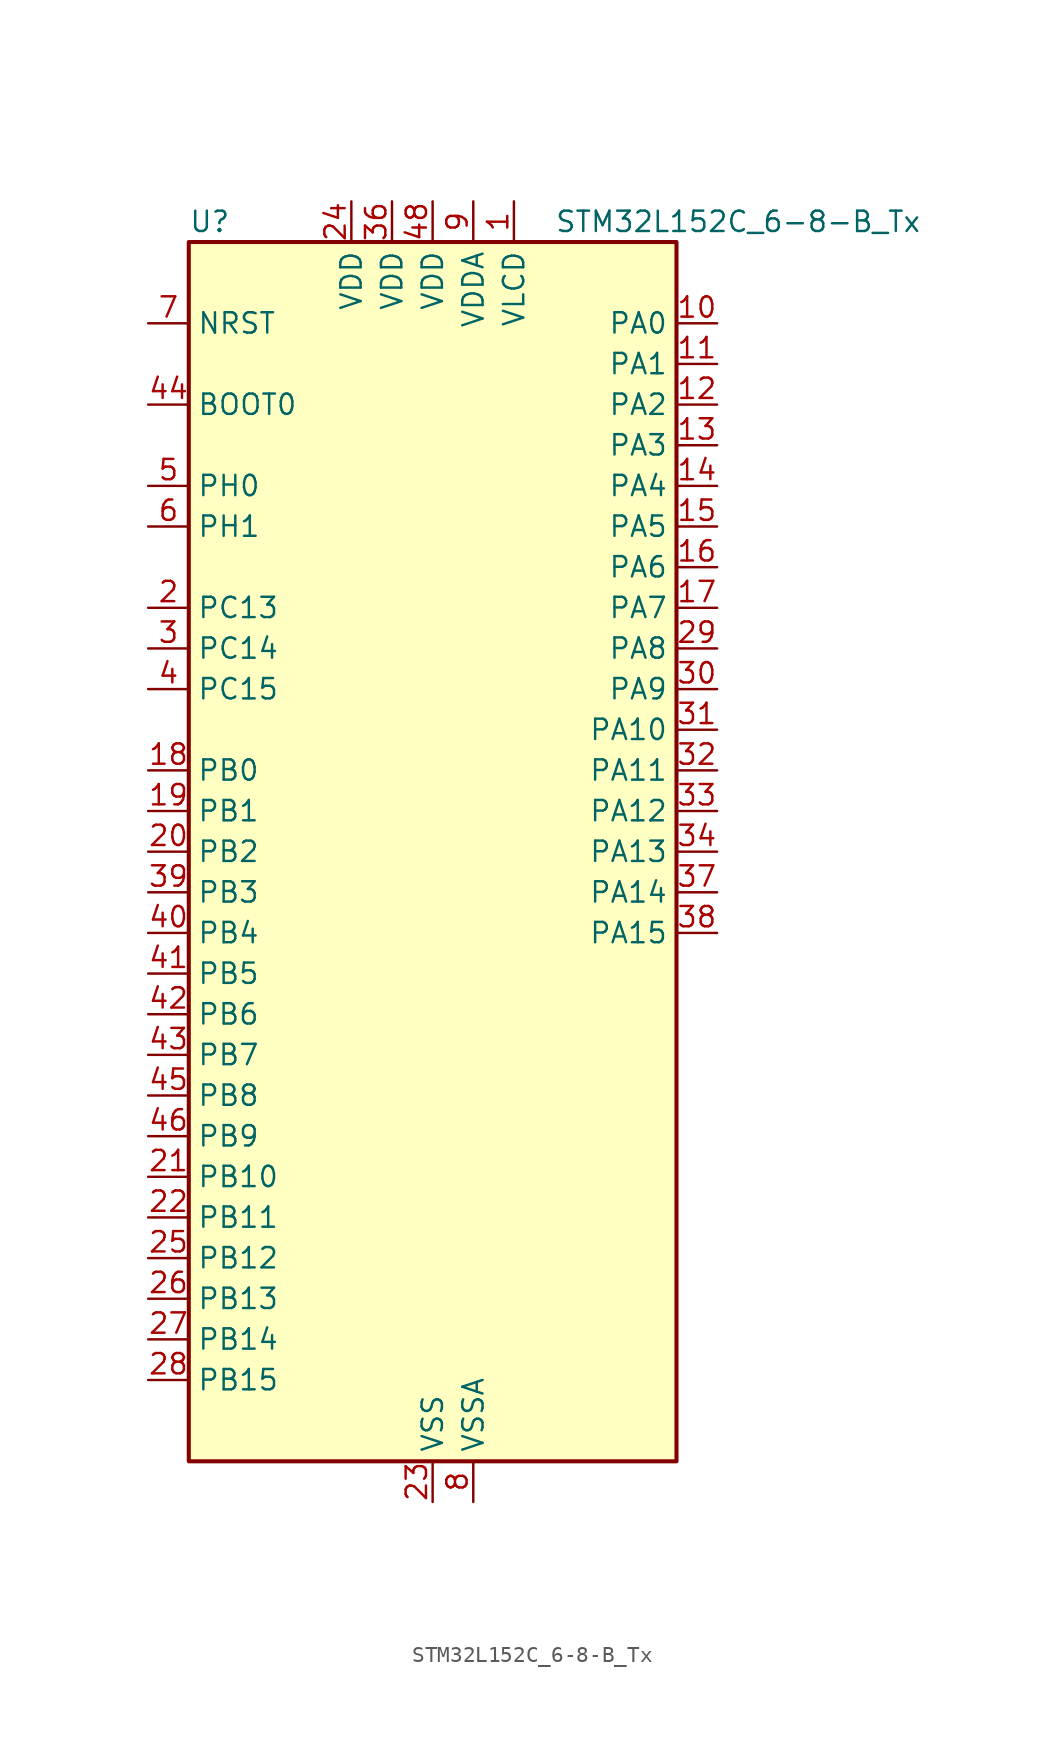
<source format=kicad_sym>
(kicad_symbol_lib
  (version 20241209)
  (generator "kicad_symbol_editor")
  (generator_version "9.0")
  (symbol "STM32L152C_6-8-B_Tx"
    (property "Reference" "U"
      (at -15.24 39.37 0)
      (effects (font (size 1.27 1.27)) (justify left)))
    (property "Value" "STM32L152C_6-8-B_Tx"
      (at 7.62 39.37 0)
      (effects (font (size 1.27 1.27)) (justify left)))
    (symbol "STM32L152C_6-8-B_Tx_0_1"
      (rectangle (start -15.24 -38.1) (end 15.24 38.1) (stroke (width 0.254) (type default)) (fill (type background))))
    (symbol "STM32L152C_6-8-B_Tx_1_1"
      (pin input line (at -17.78 33.02 0) (length 2.54) (name "NRST" (effects (font (size 1.27 1.27)))) (number "7" (effects (font (size 1.27 1.27)))))
      (pin input line (at -17.78 27.94 0) (length 2.54) (name "BOOT0" (effects (font (size 1.27 1.27)))) (number "44" (effects (font (size 1.27 1.27)))))
      (pin bidirectional line (at -17.78 22.86 0) (length 2.54) (name "PH0" (effects (font (size 1.27 1.27)))) (number "5" (effects (font (size 1.27 1.27)))) (alternate "RCC_OSC_IN" bidirectional line))
      (pin bidirectional line (at -17.78 20.32 0) (length 2.54) (name "PH1" (effects (font (size 1.27 1.27)))) (number "6" (effects (font (size 1.27 1.27)))) (alternate "RCC_OSC_OUT" bidirectional line))
      (pin bidirectional line (at -17.78 15.24 0) (length 2.54) (name "PC13" (effects (font (size 1.27 1.27)))) (number "2" (effects (font (size 1.27 1.27)))) (alternate "RTC_OUT_ALARM" bidirectional line) (alternate "RTC_OUT_CALIB" bidirectional line) (alternate "RTC_TAMP1" bidirectional line) (alternate "RTC_TS" bidirectional line) (alternate "SYS_WKUP2" bidirectional line) (alternate "TIMX_IC2" bidirectional line))
      (pin bidirectional line (at -17.78 12.7 0) (length 2.54) (name "PC14" (effects (font (size 1.27 1.27)))) (number "3" (effects (font (size 1.27 1.27)))) (alternate "RCC_OSC32_IN" bidirectional line) (alternate "TIMX_IC3" bidirectional line))
      (pin bidirectional line (at -17.78 10.16 0) (length 2.54) (name "PC15" (effects (font (size 1.27 1.27)))) (number "4" (effects (font (size 1.27 1.27)))) (alternate "ADC_EXTI15" bidirectional line) (alternate "RCC_OSC32_OUT" bidirectional line) (alternate "TIMX_IC4" bidirectional line))
      (pin bidirectional line (at -17.78 5.08 0) (length 2.54) (name "PB0" (effects (font (size 1.27 1.27)))) (number "18" (effects (font (size 1.27 1.27)))) (alternate "ADC_IN8" bidirectional line) (alternate "COMP1_INP" bidirectional line) (alternate "LCD_SEG5" bidirectional line) (alternate "SYS_V_REF_OUT" bidirectional line) (alternate "TIM3_CH3" bidirectional line) (alternate "TS_G3_IO1" bidirectional line))
      (pin bidirectional line (at -17.78 2.54 0) (length 2.54) (name "PB1" (effects (font (size 1.27 1.27)))) (number "19" (effects (font (size 1.27 1.27)))) (alternate "ADC_IN9" bidirectional line) (alternate "COMP1_INP" bidirectional line) (alternate "LCD_SEG6" bidirectional line) (alternate "SYS_V_REF_OUT" bidirectional line) (alternate "TIM3_CH4" bidirectional line) (alternate "TS_G3_IO2" bidirectional line))
      (pin bidirectional line (at -17.78 0 0) (length 2.54) (name "PB2" (effects (font (size 1.27 1.27)))) (number "20" (effects (font (size 1.27 1.27)))))
      (pin bidirectional line (at -17.78 -2.54 0) (length 2.54) (name "PB3" (effects (font (size 1.27 1.27)))) (number "39" (effects (font (size 1.27 1.27)))) (alternate "COMP2_INM" bidirectional line) (alternate "LCD_SEG7" bidirectional line) (alternate "SPI1_SCK" bidirectional line) (alternate "SYS_JTDO-TRACESWO" bidirectional line) (alternate "TIM2_CH2" bidirectional line))
      (pin bidirectional line (at -17.78 -5.08 0) (length 2.54) (name "PB4" (effects (font (size 1.27 1.27)))) (number "40" (effects (font (size 1.27 1.27)))) (alternate "COMP2_INP" bidirectional line) (alternate "LCD_SEG8" bidirectional line) (alternate "SPI1_MISO" bidirectional line) (alternate "SYS_JTRST" bidirectional line) (alternate "TIM3_CH1" bidirectional line) (alternate "TS_G6_IO1" bidirectional line))
      (pin bidirectional line (at -17.78 -7.62 0) (length 2.54) (name "PB5" (effects (font (size 1.27 1.27)))) (number "41" (effects (font (size 1.27 1.27)))) (alternate "COMP2_INP" bidirectional line) (alternate "I2C1_SMBA" bidirectional line) (alternate "LCD_SEG9" bidirectional line) (alternate "SPI1_MOSI" bidirectional line) (alternate "TIM3_CH2" bidirectional line) (alternate "TS_G6_IO2" bidirectional line))
      (pin bidirectional line (at -17.78 -10.16 0) (length 2.54) (name "PB6" (effects (font (size 1.27 1.27)))) (number "42" (effects (font (size 1.27 1.27)))) (alternate "I2C1_SCL" bidirectional line) (alternate "TIM4_CH1" bidirectional line) (alternate "USART1_TX" bidirectional line))
      (pin bidirectional line (at -17.78 -12.7 0) (length 2.54) (name "PB7" (effects (font (size 1.27 1.27)))) (number "43" (effects (font (size 1.27 1.27)))) (alternate "I2C1_SDA" bidirectional line) (alternate "SYS_PVD_IN" bidirectional line) (alternate "TIM4_CH2" bidirectional line) (alternate "USART1_RX" bidirectional line))
      (pin bidirectional line (at -17.78 -15.24 0) (length 2.54) (name "PB8" (effects (font (size 1.27 1.27)))) (number "45" (effects (font (size 1.27 1.27)))) (alternate "I2C1_SCL" bidirectional line) (alternate "LCD_SEG16" bidirectional line) (alternate "TIM10_CH1" bidirectional line) (alternate "TIM4_CH3" bidirectional line))
      (pin bidirectional line (at -17.78 -17.78 0) (length 2.54) (name "PB9" (effects (font (size 1.27 1.27)))) (number "46" (effects (font (size 1.27 1.27)))) (alternate "DAC_EXTI9" bidirectional line) (alternate "I2C1_SDA" bidirectional line) (alternate "LCD_COM3" bidirectional line) (alternate "TIM11_CH1" bidirectional line) (alternate "TIM4_CH4" bidirectional line))
      (pin bidirectional line (at -17.78 -20.32 0) (length 2.54) (name "PB10" (effects (font (size 1.27 1.27)))) (number "21" (effects (font (size 1.27 1.27)))) (alternate "I2C2_SCL" bidirectional line) (alternate "LCD_SEG10" bidirectional line) (alternate "TIM2_CH3" bidirectional line) (alternate "USART3_TX" bidirectional line))
      (pin bidirectional line (at -17.78 -22.86 0) (length 2.54) (name "PB11" (effects (font (size 1.27 1.27)))) (number "22" (effects (font (size 1.27 1.27)))) (alternate "ADC_EXTI11" bidirectional line) (alternate "I2C2_SDA" bidirectional line) (alternate "LCD_SEG11" bidirectional line) (alternate "TIM2_CH4" bidirectional line) (alternate "USART3_RX" bidirectional line))
      (pin bidirectional line (at -17.78 -25.4 0) (length 2.54) (name "PB12" (effects (font (size 1.27 1.27)))) (number "25" (effects (font (size 1.27 1.27)))) (alternate "ADC_IN18" bidirectional line) (alternate "COMP1_INP" bidirectional line) (alternate "I2C2_SMBA" bidirectional line) (alternate "LCD_SEG12" bidirectional line) (alternate "SPI2_NSS" bidirectional line) (alternate "TIM10_CH1" bidirectional line) (alternate "TS_G7_IO1" bidirectional line) (alternate "USART3_CK" bidirectional line))
      (pin bidirectional line (at -17.78 -27.94 0) (length 2.54) (name "PB13" (effects (font (size 1.27 1.27)))) (number "26" (effects (font (size 1.27 1.27)))) (alternate "ADC_IN19" bidirectional line) (alternate "COMP1_INP" bidirectional line) (alternate "LCD_SEG13" bidirectional line) (alternate "SPI2_SCK" bidirectional line) (alternate "TIM9_CH1" bidirectional line) (alternate "TS_G7_IO2" bidirectional line) (alternate "USART3_CTS" bidirectional line))
      (pin bidirectional line (at -17.78 -30.48 0) (length 2.54) (name "PB14" (effects (font (size 1.27 1.27)))) (number "27" (effects (font (size 1.27 1.27)))) (alternate "ADC_IN20" bidirectional line) (alternate "COMP1_INP" bidirectional line) (alternate "LCD_SEG14" bidirectional line) (alternate "SPI2_MISO" bidirectional line) (alternate "TIM9_CH2" bidirectional line) (alternate "TS_G7_IO3" bidirectional line) (alternate "USART3_RTS" bidirectional line))
      (pin bidirectional line (at -17.78 -33.02 0) (length 2.54) (name "PB15" (effects (font (size 1.27 1.27)))) (number "28" (effects (font (size 1.27 1.27)))) (alternate "ADC_EXTI15" bidirectional line) (alternate "ADC_IN21" bidirectional line) (alternate "COMP1_INP" bidirectional line) (alternate "LCD_SEG15" bidirectional line) (alternate "RTC_REFIN" bidirectional line) (alternate "SPI2_MOSI" bidirectional line) (alternate "TIM11_CH1" bidirectional line) (alternate "TS_G7_IO4" bidirectional line))
      (pin power_in line (at -5.08 40.64 270) (length 2.54) (name "VDD" (effects (font (size 1.27 1.27)))) (number "24" (effects (font (size 1.27 1.27)))))
      (pin power_in line (at -2.54 40.64 270) (length 2.54) (name "VDD" (effects (font (size 1.27 1.27)))) (number "36" (effects (font (size 1.27 1.27)))))
      (pin power_in line (at 0 40.64 270) (length 2.54) (name "VDD" (effects (font (size 1.27 1.27)))) (number "48" (effects (font (size 1.27 1.27)))))
      (pin power_in line (at 0 -40.64 90) (length 2.54) (name "VSS" (effects (font (size 1.27 1.27)))) (number "23" (effects (font (size 1.27 1.27)))))
      (pin passive line (at 0 -40.64 90) (length 2.54) (hide yes) (name "VSS" (effects (font (size 1.27 1.27)))) (number "35" (effects (font (size 1.27 1.27)))))
      (pin passive line (at 0 -40.64 90) (length 2.54) (hide yes) (name "VSS" (effects (font (size 1.27 1.27)))) (number "47" (effects (font (size 1.27 1.27)))))
      (pin power_in line (at 2.54 40.64 270) (length 2.54) (name "VDDA" (effects (font (size 1.27 1.27)))) (number "9" (effects (font (size 1.27 1.27)))))
      (pin power_in line (at 2.54 -40.64 90) (length 2.54) (name "VSSA" (effects (font (size 1.27 1.27)))) (number "8" (effects (font (size 1.27 1.27)))))
      (pin power_in line (at 5.08 40.64 270) (length 2.54) (name "VLCD" (effects (font (size 1.27 1.27)))) (number "1" (effects (font (size 1.27 1.27)))))
      (pin bidirectional line (at 17.78 33.02 180) (length 2.54) (name "PA0" (effects (font (size 1.27 1.27)))) (number "10" (effects (font (size 1.27 1.27)))) (alternate "ADC_IN0" bidirectional line) (alternate "COMP1_INP" bidirectional line) (alternate "SYS_WKUP1" bidirectional line) (alternate "TIM2_CH1" bidirectional line) (alternate "TIM2_ETR" bidirectional line) (alternate "TIMX_IC1" bidirectional line) (alternate "TS_G1_IO1" bidirectional line) (alternate "USART2_CTS" bidirectional line))
      (pin bidirectional line (at 17.78 30.48 180) (length 2.54) (name "PA1" (effects (font (size 1.27 1.27)))) (number "11" (effects (font (size 1.27 1.27)))) (alternate "ADC_IN1" bidirectional line) (alternate "COMP1_INP" bidirectional line) (alternate "LCD_SEG0" bidirectional line) (alternate "TIM2_CH2" bidirectional line) (alternate "TIMX_IC2" bidirectional line) (alternate "TS_G1_IO2" bidirectional line) (alternate "USART2_RTS" bidirectional line))
      (pin bidirectional line (at 17.78 27.94 180) (length 2.54) (name "PA2" (effects (font (size 1.27 1.27)))) (number "12" (effects (font (size 1.27 1.27)))) (alternate "ADC_IN2" bidirectional line) (alternate "COMP1_INP" bidirectional line) (alternate "LCD_SEG1" bidirectional line) (alternate "TIM2_CH3" bidirectional line) (alternate "TIM9_CH1" bidirectional line) (alternate "TIMX_IC3" bidirectional line) (alternate "TS_G1_IO3" bidirectional line) (alternate "USART2_TX" bidirectional line))
      (pin bidirectional line (at 17.78 25.4 180) (length 2.54) (name "PA3" (effects (font (size 1.27 1.27)))) (number "13" (effects (font (size 1.27 1.27)))) (alternate "ADC_IN3" bidirectional line) (alternate "COMP1_INP" bidirectional line) (alternate "LCD_SEG2" bidirectional line) (alternate "TIM2_CH4" bidirectional line) (alternate "TIM9_CH2" bidirectional line) (alternate "TIMX_IC4" bidirectional line) (alternate "TS_G1_IO4" bidirectional line) (alternate "USART2_RX" bidirectional line))
      (pin bidirectional line (at 17.78 22.86 180) (length 2.54) (name "PA4" (effects (font (size 1.27 1.27)))) (number "14" (effects (font (size 1.27 1.27)))) (alternate "ADC_IN4" bidirectional line) (alternate "COMP1_INP" bidirectional line) (alternate "DAC_OUT1" bidirectional line) (alternate "SPI1_NSS" bidirectional line) (alternate "TIMX_IC1" bidirectional line) (alternate "USART2_CK" bidirectional line))
      (pin bidirectional line (at 17.78 20.32 180) (length 2.54) (name "PA5" (effects (font (size 1.27 1.27)))) (number "15" (effects (font (size 1.27 1.27)))) (alternate "ADC_IN5" bidirectional line) (alternate "COMP1_INP" bidirectional line) (alternate "DAC_OUT2" bidirectional line) (alternate "SPI1_SCK" bidirectional line) (alternate "TIM2_CH1" bidirectional line) (alternate "TIM2_ETR" bidirectional line) (alternate "TIMX_IC2" bidirectional line))
      (pin bidirectional line (at 17.78 17.78 180) (length 2.54) (name "PA6" (effects (font (size 1.27 1.27)))) (number "16" (effects (font (size 1.27 1.27)))) (alternate "ADC_IN6" bidirectional line) (alternate "COMP1_INP" bidirectional line) (alternate "LCD_SEG3" bidirectional line) (alternate "SPI1_MISO" bidirectional line) (alternate "TIM10_CH1" bidirectional line) (alternate "TIM3_CH1" bidirectional line) (alternate "TIMX_IC3" bidirectional line) (alternate "TS_G2_IO1" bidirectional line))
      (pin bidirectional line (at 17.78 15.24 180) (length 2.54) (name "PA7" (effects (font (size 1.27 1.27)))) (number "17" (effects (font (size 1.27 1.27)))) (alternate "ADC_IN7" bidirectional line) (alternate "COMP1_INP" bidirectional line) (alternate "LCD_SEG4" bidirectional line) (alternate "SPI1_MOSI" bidirectional line) (alternate "TIM11_CH1" bidirectional line) (alternate "TIM3_CH2" bidirectional line) (alternate "TIMX_IC4" bidirectional line) (alternate "TS_G2_IO2" bidirectional line))
      (pin bidirectional line (at 17.78 12.7 180) (length 2.54) (name "PA8" (effects (font (size 1.27 1.27)))) (number "29" (effects (font (size 1.27 1.27)))) (alternate "LCD_COM0" bidirectional line) (alternate "RCC_MCO" bidirectional line) (alternate "TIMX_IC1" bidirectional line) (alternate "TS_G4_IO1" bidirectional line) (alternate "USART1_CK" bidirectional line))
      (pin bidirectional line (at 17.78 10.16 180) (length 2.54) (name "PA9" (effects (font (size 1.27 1.27)))) (number "30" (effects (font (size 1.27 1.27)))) (alternate "DAC_EXTI9" bidirectional line) (alternate "LCD_COM1" bidirectional line) (alternate "TIMX_IC2" bidirectional line) (alternate "TS_G4_IO2" bidirectional line) (alternate "USART1_TX" bidirectional line))
      (pin bidirectional line (at 17.78 7.62 180) (length 2.54) (name "PA10" (effects (font (size 1.27 1.27)))) (number "31" (effects (font (size 1.27 1.27)))) (alternate "LCD_COM2" bidirectional line) (alternate "TIMX_IC3" bidirectional line) (alternate "TS_G4_IO3" bidirectional line) (alternate "USART1_RX" bidirectional line))
      (pin bidirectional line (at 17.78 5.08 180) (length 2.54) (name "PA11" (effects (font (size 1.27 1.27)))) (number "32" (effects (font (size 1.27 1.27)))) (alternate "ADC_EXTI11" bidirectional line) (alternate "SPI1_MISO" bidirectional line) (alternate "TIMX_IC4" bidirectional line) (alternate "USART1_CTS" bidirectional line) (alternate "USB_DM" bidirectional line))
      (pin bidirectional line (at 17.78 2.54 180) (length 2.54) (name "PA12" (effects (font (size 1.27 1.27)))) (number "33" (effects (font (size 1.27 1.27)))) (alternate "SPI1_MOSI" bidirectional line) (alternate "TIMX_IC1" bidirectional line) (alternate "USART1_RTS" bidirectional line) (alternate "USB_DP" bidirectional line))
      (pin bidirectional line (at 17.78 0 180) (length 2.54) (name "PA13" (effects (font (size 1.27 1.27)))) (number "34" (effects (font (size 1.27 1.27)))) (alternate "SYS_JTMS-SWDIO" bidirectional line) (alternate "TIMX_IC2" bidirectional line) (alternate "TS_G5_IO1" bidirectional line))
      (pin bidirectional line (at 17.78 -2.54 180) (length 2.54) (name "PA14" (effects (font (size 1.27 1.27)))) (number "37" (effects (font (size 1.27 1.27)))) (alternate "SYS_JTCK-SWCLK" bidirectional line) (alternate "TIMX_IC3" bidirectional line) (alternate "TS_G5_IO2" bidirectional line))
      (pin bidirectional line (at 17.78 -5.08 180) (length 2.54) (name "PA15" (effects (font (size 1.27 1.27)))) (number "38" (effects (font (size 1.27 1.27)))) (alternate "ADC_EXTI15" bidirectional line) (alternate "LCD_SEG17" bidirectional line) (alternate "SPI1_NSS" bidirectional line) (alternate "SYS_JTDI" bidirectional line) (alternate "TIM2_CH1" bidirectional line) (alternate "TIM2_ETR" bidirectional line) (alternate "TIMX_IC4" bidirectional line) (alternate "TS_G5_IO3" bidirectional line)))))
</source>
